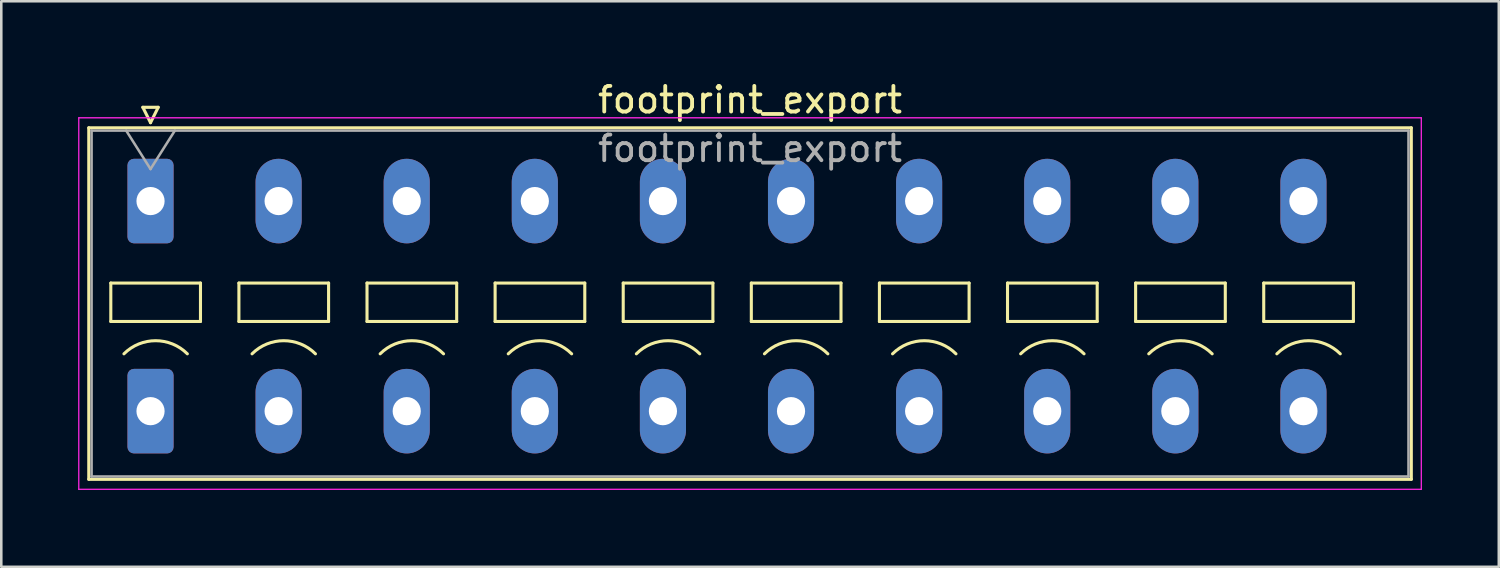
<source format=kicad_pcb>
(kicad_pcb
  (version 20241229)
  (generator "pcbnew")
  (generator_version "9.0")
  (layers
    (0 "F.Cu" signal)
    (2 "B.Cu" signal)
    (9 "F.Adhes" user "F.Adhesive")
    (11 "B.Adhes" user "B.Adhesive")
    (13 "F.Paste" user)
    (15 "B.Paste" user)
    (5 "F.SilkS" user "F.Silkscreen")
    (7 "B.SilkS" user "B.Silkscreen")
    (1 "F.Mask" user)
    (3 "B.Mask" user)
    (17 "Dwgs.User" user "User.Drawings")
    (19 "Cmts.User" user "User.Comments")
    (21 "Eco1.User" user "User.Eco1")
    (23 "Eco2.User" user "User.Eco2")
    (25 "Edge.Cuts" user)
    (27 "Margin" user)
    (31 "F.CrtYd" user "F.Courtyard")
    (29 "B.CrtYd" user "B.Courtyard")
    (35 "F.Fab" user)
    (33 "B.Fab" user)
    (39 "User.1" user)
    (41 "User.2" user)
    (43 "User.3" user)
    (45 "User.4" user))
  (footprint "footprint_export"
    (layer "F.Cu")
    (at 2.825 4.798)
    (property "Reference" "footprint_export" (at 23.4 -3.95 0) (layer "F.SilkS") (effects (font (size 1 1) (thickness 0.15))))
    (attr through_hole)
    (fp_line (start -2.41 -2.86) (end 49.21 -2.86) (stroke (width 0.12) (type solid)) (layer "F.SilkS"))
    (fp_line (start -2.41 10.86) (end -2.41 -2.86) (stroke (width 0.12) (type solid)) (layer "F.SilkS"))
    (fp_line (start -1.55 3.2) (end -1.55 4.7) (stroke (width 0.12) (type solid)) (layer "F.SilkS"))
    (fp_line (start -1.55 4.7) (end 1.95 4.7) (stroke (width 0.12) (type solid)) (layer "F.SilkS"))
    (fp_line (start -0.3 -3.66) (end 0 -3.06) (stroke (width 0.12) (type solid)) (layer "F.SilkS"))
    (fp_line (start -0.3 -3.66) (end 0.3 -3.66) (stroke (width 0.12) (type solid)) (layer "F.SilkS"))
    (fp_line (start 0.3 -3.66) (end 0 -3.06) (stroke (width 0.12) (type solid)) (layer "F.SilkS"))
    (fp_line (start 1.95 3.2) (end -1.55 3.2) (stroke (width 0.12) (type solid)) (layer "F.SilkS"))
    (fp_line (start 1.95 4.7) (end 1.95 3.2) (stroke (width 0.12) (type solid)) (layer "F.SilkS"))
    (fp_line (start 3.45 3.2) (end 3.45 4.7) (stroke (width 0.12) (type solid)) (layer "F.SilkS"))
    (fp_line (start 3.45 4.7) (end 6.95 4.7) (stroke (width 0.12) (type solid)) (layer "F.SilkS"))
    (fp_line (start 6.95 3.2) (end 3.45 3.2) (stroke (width 0.12) (type solid)) (layer "F.SilkS"))
    (fp_line (start 6.95 4.7) (end 6.95 3.2) (stroke (width 0.12) (type solid)) (layer "F.SilkS"))
    (fp_line (start 8.45 3.2) (end 8.45 4.7) (stroke (width 0.12) (type solid)) (layer "F.SilkS"))
    (fp_line (start 8.45 4.7) (end 11.95 4.7) (stroke (width 0.12) (type solid)) (layer "F.SilkS"))
    (fp_line (start 11.95 3.2) (end 8.45 3.2) (stroke (width 0.12) (type solid)) (layer "F.SilkS"))
    (fp_line (start 11.95 4.7) (end 11.95 3.2) (stroke (width 0.12) (type solid)) (layer "F.SilkS"))
    (fp_line (start 13.45 3.2) (end 13.45 4.7) (stroke (width 0.12) (type solid)) (layer "F.SilkS"))
    (fp_line (start 13.45 4.7) (end 16.95 4.7) (stroke (width 0.12) (type solid)) (layer "F.SilkS"))
    (fp_line (start 16.95 3.2) (end 13.45 3.2) (stroke (width 0.12) (type solid)) (layer "F.SilkS"))
    (fp_line (start 16.95 4.7) (end 16.95 3.2) (stroke (width 0.12) (type solid)) (layer "F.SilkS"))
    (fp_line (start 18.45 3.2) (end 18.45 4.7) (stroke (width 0.12) (type solid)) (layer "F.SilkS"))
    (fp_line (start 18.45 4.7) (end 21.95 4.7) (stroke (width 0.12) (type solid)) (layer "F.SilkS"))
    (fp_line (start 21.95 3.2) (end 18.45 3.2) (stroke (width 0.12) (type solid)) (layer "F.SilkS"))
    (fp_line (start 21.95 4.7) (end 21.95 3.2) (stroke (width 0.12) (type solid)) (layer "F.SilkS"))
    (fp_line (start 23.45 3.2) (end 23.45 4.7) (stroke (width 0.12) (type solid)) (layer "F.SilkS"))
    (fp_line (start 23.45 4.7) (end 26.95 4.7) (stroke (width 0.12) (type solid)) (layer "F.SilkS"))
    (fp_line (start 26.95 3.2) (end 23.45 3.2) (stroke (width 0.12) (type solid)) (layer "F.SilkS"))
    (fp_line (start 26.95 4.7) (end 26.95 3.2) (stroke (width 0.12) (type solid)) (layer "F.SilkS"))
    (fp_line (start 28.45 3.2) (end 28.45 4.7) (stroke (width 0.12) (type solid)) (layer "F.SilkS"))
    (fp_line (start 28.45 4.7) (end 31.95 4.7) (stroke (width 0.12) (type solid)) (layer "F.SilkS"))
    (fp_line (start 31.95 3.2) (end 28.45 3.2) (stroke (width 0.12) (type solid)) (layer "F.SilkS"))
    (fp_line (start 31.95 4.7) (end 31.95 3.2) (stroke (width 0.12) (type solid)) (layer "F.SilkS"))
    (fp_line (start 33.45 3.2) (end 33.45 4.7) (stroke (width 0.12) (type solid)) (layer "F.SilkS"))
    (fp_line (start 33.45 4.7) (end 36.95 4.7) (stroke (width 0.12) (type solid)) (layer "F.SilkS"))
    (fp_line (start 36.95 3.2) (end 33.45 3.2) (stroke (width 0.12) (type solid)) (layer "F.SilkS"))
    (fp_line (start 36.95 4.7) (end 36.95 3.2) (stroke (width 0.12) (type solid)) (layer "F.SilkS"))
    (fp_line (start 38.45 3.2) (end 38.45 4.7) (stroke (width 0.12) (type solid)) (layer "F.SilkS"))
    (fp_line (start 38.45 4.7) (end 41.95 4.7) (stroke (width 0.12) (type solid)) (layer "F.SilkS"))
    (fp_line (start 41.95 3.2) (end 38.45 3.2) (stroke (width 0.12) (type solid)) (layer "F.SilkS"))
    (fp_line (start 41.95 4.7) (end 41.95 3.2) (stroke (width 0.12) (type solid)) (layer "F.SilkS"))
    (fp_line (start 43.45 3.2) (end 43.45 4.7) (stroke (width 0.12) (type solid)) (layer "F.SilkS"))
    (fp_line (start 43.45 4.7) (end 46.95 4.7) (stroke (width 0.12) (type solid)) (layer "F.SilkS"))
    (fp_line (start 46.95 3.2) (end 43.45 3.2) (stroke (width 0.12) (type solid)) (layer "F.SilkS"))
    (fp_line (start 46.95 4.7) (end 46.95 3.2) (stroke (width 0.12) (type solid)) (layer "F.SilkS"))
    (fp_line (start 49.21 -2.86) (end 49.21 10.86) (stroke (width 0.12) (type solid)) (layer "F.SilkS"))
    (fp_line (start 49.21 10.86) (end -2.41 10.86) (stroke (width 0.12) (type solid)) (layer "F.SilkS"))
    (fp_arc (start -1.037437 5.962563) (mid 0.2 5.45) (end 1.437437 5.962563) (stroke (width 0.12) (type solid)) (layer "F.SilkS"))
    (fp_arc (start 3.962563 5.962563) (mid 5.2 5.45) (end 6.437437 5.962563) (stroke (width 0.12) (type solid)) (layer "F.SilkS"))
    (fp_arc (start 8.962563 5.962563) (mid 10.2 5.45) (end 11.437437 5.962563) (stroke (width 0.12) (type solid)) (layer "F.SilkS"))
    (fp_arc (start 13.962563 5.962563) (mid 15.2 5.45) (end 16.437437 5.962563) (stroke (width 0.12) (type solid)) (layer "F.SilkS"))
    (fp_arc (start 18.962563 5.962563) (mid 20.2 5.45) (end 21.437437 5.962563) (stroke (width 0.12) (type solid)) (layer "F.SilkS"))
    (fp_arc (start 23.962563 5.962563) (mid 25.2 5.45) (end 26.437437 5.962563) (stroke (width 0.12) (type solid)) (layer "F.SilkS"))
    (fp_arc (start 28.962563 5.962563) (mid 30.2 5.45) (end 31.437437 5.962563) (stroke (width 0.12) (type solid)) (layer "F.SilkS"))
    (fp_arc (start 33.962563 5.962563) (mid 35.2 5.45) (end 36.437437 5.962563) (stroke (width 0.12) (type solid)) (layer "F.SilkS"))
    (fp_arc (start 38.962563 5.962563) (mid 40.2 5.45) (end 41.437437 5.962563) (stroke (width 0.12) (type solid)) (layer "F.SilkS"))
    (fp_arc (start 43.962563 5.962563) (mid 45.2 5.45) (end 46.437437 5.962563) (stroke (width 0.12) (type solid)) (layer "F.SilkS"))
    (fp_line (start -2.8 -3.25) (end -2.8 11.25) (stroke (width 0.05) (type solid)) (layer "F.CrtYd"))
    (fp_line (start -2.8 11.25) (end 49.6 11.25) (stroke (width 0.05) (type solid)) (layer "F.CrtYd"))
    (fp_line (start 49.6 -3.25) (end -2.8 -3.25) (stroke (width 0.05) (type solid)) (layer "F.CrtYd"))
    (fp_line (start 49.6 11.25) (end 49.6 -3.25) (stroke (width 0.05) (type solid)) (layer "F.CrtYd"))
    (fp_line (start -2.3 -2.75) (end -2.3 10.75) (stroke (width 0.1) (type solid)) (layer "F.Fab"))
    (fp_line (start -2.3 10.75) (end 49.1 10.75) (stroke (width 0.1) (type solid)) (layer "F.Fab"))
    (fp_line (start -0.95 -2.75) (end 0 -1.25) (stroke (width 0.1) (type solid)) (layer "F.Fab"))
    (fp_line (start 0.95 -2.75) (end 0 -1.25) (stroke (width 0.1) (type solid)) (layer "F.Fab"))
    (fp_line (start 49.1 -2.75) (end -2.3 -2.75) (stroke (width 0.1) (type solid)) (layer "F.Fab"))
    (fp_line (start 49.1 10.75) (end 49.1 -2.75) (stroke (width 0.1) (type solid)) (layer "F.Fab"))
    (fp_text user "${REFERENCE}" (at 23.4 -2.05 0) (layer "F.Fab") (effects (font (size 1 1) (thickness 0.15))))
    (pad "1" thru_hole roundrect (at 0 0) (size 1.8 3.3) (drill 1.1) (layers "*.Cu" "*.Mask") (roundrect_rratio 0.139))
    (pad "1" thru_hole roundrect (at 0 8.2) (size 1.8 3.3) (drill 1.1) (layers "*.Cu" "*.Mask") (roundrect_rratio 0.139))
    (pad "2" thru_hole oval (at 5 0) (size 1.8 3.3) (drill 1.1) (layers "*.Cu" "*.Mask"))
    (pad "2" thru_hole oval (at 5 8.2) (size 1.8 3.3) (drill 1.1) (layers "*.Cu" "*.Mask"))
    (pad "3" thru_hole oval (at 10 0) (size 1.8 3.3) (drill 1.1) (layers "*.Cu" "*.Mask"))
    (pad "3" thru_hole oval (at 10 8.2) (size 1.8 3.3) (drill 1.1) (layers "*.Cu" "*.Mask"))
    (pad "4" thru_hole oval (at 15 0) (size 1.8 3.3) (drill 1.1) (layers "*.Cu" "*.Mask"))
    (pad "4" thru_hole oval (at 15 8.2) (size 1.8 3.3) (drill 1.1) (layers "*.Cu" "*.Mask"))
    (pad "5" thru_hole oval (at 20 0) (size 1.8 3.3) (drill 1.1) (layers "*.Cu" "*.Mask"))
    (pad "5" thru_hole oval (at 20 8.2) (size 1.8 3.3) (drill 1.1) (layers "*.Cu" "*.Mask"))
    (pad "6" thru_hole oval (at 25 0) (size 1.8 3.3) (drill 1.1) (layers "*.Cu" "*.Mask"))
    (pad "6" thru_hole oval (at 25 8.2) (size 1.8 3.3) (drill 1.1) (layers "*.Cu" "*.Mask"))
    (pad "7" thru_hole oval (at 30 0) (size 1.8 3.3) (drill 1.1) (layers "*.Cu" "*.Mask"))
    (pad "7" thru_hole oval (at 30 8.2) (size 1.8 3.3) (drill 1.1) (layers "*.Cu" "*.Mask"))
    (pad "8" thru_hole oval (at 35 0) (size 1.8 3.3) (drill 1.1) (layers "*.Cu" "*.Mask"))
    (pad "8" thru_hole oval (at 35 8.2) (size 1.8 3.3) (drill 1.1) (layers "*.Cu" "*.Mask"))
    (pad "9" thru_hole oval (at 40 0) (size 1.8 3.3) (drill 1.1) (layers "*.Cu" "*.Mask"))
    (pad "9" thru_hole oval (at 40 8.2) (size 1.8 3.3) (drill 1.1) (layers "*.Cu" "*.Mask"))
    (pad "10" thru_hole oval (at 45 0) (size 1.8 3.3) (drill 1.1) (layers "*.Cu" "*.Mask"))
    (pad "10" thru_hole oval (at 45 8.2) (size 1.8 3.3) (drill 1.1) (layers "*.Cu" "*.Mask")))
  (gr_rect
    (start -3 -3)
    (end 55.45 19.073)
    (stroke (width 0.1) (type default))
    (fill no)
    (layer "Edge.Cuts")))
</source>
